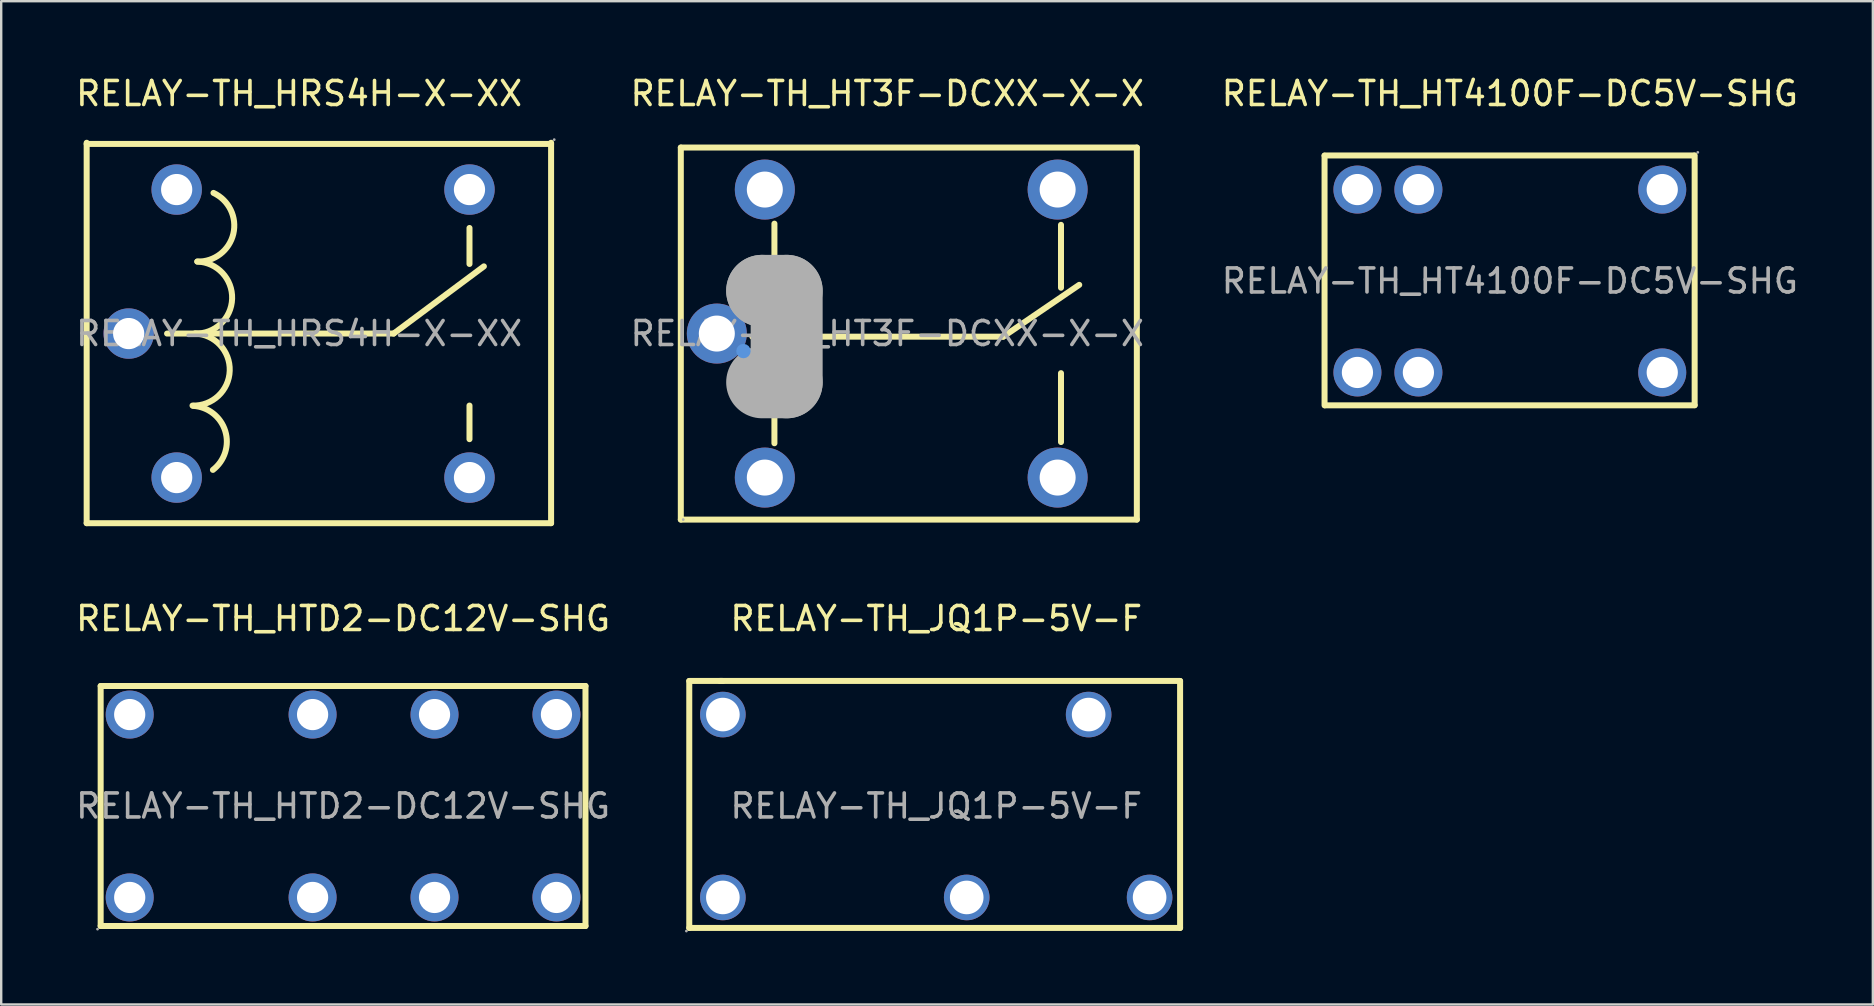
<source format=kicad_pcb>
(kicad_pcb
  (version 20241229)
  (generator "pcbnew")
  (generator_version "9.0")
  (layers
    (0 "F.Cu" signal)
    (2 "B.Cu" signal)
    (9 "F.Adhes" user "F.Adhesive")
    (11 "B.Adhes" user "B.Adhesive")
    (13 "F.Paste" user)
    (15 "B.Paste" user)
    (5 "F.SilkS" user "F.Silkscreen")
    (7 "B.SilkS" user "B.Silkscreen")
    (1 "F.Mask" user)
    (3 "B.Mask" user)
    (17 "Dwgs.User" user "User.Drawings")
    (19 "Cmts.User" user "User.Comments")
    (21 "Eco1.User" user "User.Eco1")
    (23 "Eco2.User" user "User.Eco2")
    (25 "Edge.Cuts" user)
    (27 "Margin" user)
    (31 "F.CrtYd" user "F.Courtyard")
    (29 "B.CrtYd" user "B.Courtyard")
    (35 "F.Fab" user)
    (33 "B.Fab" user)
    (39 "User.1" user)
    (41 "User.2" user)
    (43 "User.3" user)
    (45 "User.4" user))
  (footprint "RELAY-TH_HT3F-DCXX-X-X"
    (layer "F.Cu")
    (at 33.916 10.848)
    (property "Reference" "RELAY-TH_HT3F-DCXX-X-X" (at 0 -10 0) (layer "F.SilkS") (effects (font (size 1 1) (thickness 0.15))))
    (attr through_hole)
    (fp_line (start -8.6 -7.75) (end -8.6 7.75) (stroke (width 0.25) (type solid)) (layer "F.SilkS"))
    (fp_line (start -8.6 -7.75) (end 10.4 -7.75) (stroke (width 0.25) (type solid)) (layer "F.SilkS"))
    (fp_line (start -8.6 7.75) (end 10.4 7.75) (stroke (width 0.25) (type solid)) (layer "F.SilkS"))
    (fp_line (start -5.62 0.13) (end 4.83 0.13) (stroke (width 0.25) (type solid)) (layer "F.SilkS"))
    (fp_line (start -4.7 -1.78) (end -4.7 -4.58) (stroke (width 0.25) (type solid)) (layer "F.SilkS"))
    (fp_line (start -4.7 2.03) (end -4.7 4.57) (stroke (width 0.25) (type solid)) (layer "F.SilkS"))
    (fp_line (start 4.83 0.13) (end 8 -2.03) (stroke (width 0.25) (type solid)) (layer "F.SilkS"))
    (fp_line (start 7.24 -4.53) (end 7.24 -1.91) (stroke (width 0.25) (type solid)) (layer "F.SilkS"))
    (fp_line (start 7.24 4.52) (end 7.24 1.65) (stroke (width 0.25) (type solid)) (layer "F.SilkS"))
    (fp_line (start 10.4 -7.75) (end 10.4 7.75) (stroke (width 0.25) (type solid)) (layer "F.SilkS"))
    (fp_circle (center -5.99 0.73) (end -5.84 0.73) (stroke (width 0.3) (type solid)) (fill no) (layer "Cmts.User"))
    (fp_line (start -5.21 -1.78) (end -5.21 -1.78) (stroke (width 3) (type solid)) (layer "F.Fab"))
    (fp_line (start -5.21 -1.78) (end -4.19 -1.78) (stroke (width 3) (type solid)) (layer "F.Fab"))
    (fp_line (start -4.19 -1.78) (end -4.19 2.03) (stroke (width 3) (type solid)) (layer "F.Fab"))
    (fp_line (start -4.19 2.03) (end -5.21 2.03) (stroke (width 3) (type solid)) (layer "F.Fab"))
    (fp_circle (center -8.5 7.75) (end -8.47 7.75) (stroke (width 0.06) (type solid)) (fill no) (layer "F.Fab"))
    (fp_text user "${REFERENCE}" (at 0 0 0) (layer "F.Fab") (effects (font (size 1 1) (thickness 0.15))))
    (pad "1" thru_hole circle (at -7.1 0) (size 2.5 2.5) (drill 1.5) (layers "*.Cu" "*.Paste" "*.Mask"))
    (pad "2" thru_hole circle (at -5.1 6) (size 2.5 2.5) (drill 1.5) (layers "*.Cu" "*.Paste" "*.Mask"))
    (pad "3" thru_hole circle (at 7.1 6) (size 2.5 2.5) (drill 1.5) (layers "*.Cu" "*.Paste" "*.Mask"))
    (pad "4" thru_hole circle (at 7.1 -6) (size 2.5 2.5) (drill 1.5) (layers "*.Cu" "*.Paste" "*.Mask"))
    (pad "5" thru_hole circle (at -5.1 -6) (size 2.5 2.5) (drill 1.5) (layers "*.Cu" "*.Paste" "*.Mask")))
  (footprint "RELAY-TH_HTD2-DC12V-SHG"
    (layer "F.Cu")
    (at 11.244 30.532)
    (property "Reference" "RELAY-TH_HTD2-DC12V-SHG" (at 0 -7.81 0) (layer "F.SilkS") (effects (font (size 1 1) (thickness 0.15))))
    (attr through_hole)
    (fp_line (start -10.1 -5) (end -10.1 5) (stroke (width 0.25) (type solid)) (layer "F.SilkS"))
    (fp_line (start -10.1 -5) (end 10.1 -5) (stroke (width 0.25) (type solid)) (layer "F.SilkS"))
    (fp_line (start -10.1 5) (end 10.1 5) (stroke (width 0.25) (type solid)) (layer "F.SilkS"))
    (fp_line (start 10.1 -5) (end 10.1 5) (stroke (width 0.25) (type solid)) (layer "F.SilkS"))
    (fp_circle (center -10.23 5.13) (end -10.2 5.13) (stroke (width 0.06) (type solid)) (fill no) (layer "F.Fab"))
    (fp_circle (center -8.89 -3.81) (end -8.61 -3.81) (stroke (width 0.55) (type solid)) (fill no) (layer "F.Fab"))
    (fp_circle (center -8.89 3.81) (end -8.61 3.81) (stroke (width 0.55) (type solid)) (fill no) (layer "F.Fab"))
    (fp_circle (center -1.27 -3.81) (end -0.99 -3.81) (stroke (width 0.55) (type solid)) (fill no) (layer "F.Fab"))
    (fp_circle (center -1.27 3.81) (end -0.99 3.81) (stroke (width 0.55) (type solid)) (fill no) (layer "F.Fab"))
    (fp_circle (center 3.81 -3.81) (end 4.09 -3.81) (stroke (width 0.55) (type solid)) (fill no) (layer "F.Fab"))
    (fp_circle (center 3.81 3.81) (end 4.09 3.81) (stroke (width 0.55) (type solid)) (fill no) (layer "F.Fab"))
    (fp_circle (center 8.89 -3.81) (end 9.17 -3.81) (stroke (width 0.55) (type solid)) (fill no) (layer "F.Fab"))
    (fp_circle (center 8.89 3.81) (end 9.17 3.81) (stroke (width 0.55) (type solid)) (fill no) (layer "F.Fab"))
    (fp_text user "${REFERENCE}" (at 0 0 0) (layer "F.Fab") (effects (font (size 1 1) (thickness 0.15))))
    (pad "1" thru_hole circle (at -8.89 3.81) (size 2 2) (drill 1.3) (layers "*.Cu" "*.Paste" "*.Mask"))
    (pad "4" thru_hole circle (at -1.27 3.81) (size 2 2) (drill 1.3) (layers "*.Cu" "*.Paste" "*.Mask"))
    (pad "6" thru_hole circle (at 3.81 3.81) (size 2 2) (drill 1.3) (layers "*.Cu" "*.Paste" "*.Mask"))
    (pad "8" thru_hole circle (at 8.89 3.81) (size 2 2) (drill 1.3) (layers "*.Cu" "*.Paste" "*.Mask"))
    (pad "9" thru_hole circle (at 8.89 -3.81) (size 2 2) (drill 1.3) (layers "*.Cu" "*.Paste" "*.Mask"))
    (pad "11" thru_hole circle (at 3.81 -3.81) (size 2 2) (drill 1.3) (layers "*.Cu" "*.Paste" "*.Mask"))
    (pad "13" thru_hole circle (at -1.27 -3.81 90) (size 2 2) (drill 1.3) (layers "*.Cu" "*.Paste" "*.Mask"))
    (pad "16" thru_hole circle (at -8.89 -3.81 90) (size 2 2) (drill 1.3) (layers "*.Cu" "*.Paste" "*.Mask")))
  (footprint "RELAY-TH_HT4100F-DC5V-SHG"
    (layer "F.Cu")
    (at 59.857 8.658)
    (property "Reference" "RELAY-TH_HT4100F-DC5V-SHG" (at 0 -7.81 0) (layer "F.SilkS") (effects (font (size 1 1) (thickness 0.15))))
    (attr through_hole)
    (fp_line (start -7.72 5.18) (end -7.72 -5.22) (stroke (width 0.25) (type solid)) (layer "F.SilkS"))
    (fp_line (start 7.68 -5.23) (end -7.72 -5.23) (stroke (width 0.25) (type solid)) (layer "F.SilkS"))
    (fp_line (start 7.7 5.17) (end 7.7 -5.23) (stroke (width 0.25) (type solid)) (layer "F.SilkS"))
    (fp_line (start 7.7 5.18) (end -7.7 5.18) (stroke (width 0.25) (type solid)) (layer "F.SilkS"))
    (fp_circle (center -6.35 -3.81) (end -6.07 -3.81) (stroke (width 0.55) (type solid)) (fill no) (layer "F.Fab"))
    (fp_circle (center -6.35 3.81) (end -6.07 3.81) (stroke (width 0.55) (type solid)) (fill no) (layer "F.Fab"))
    (fp_circle (center -3.81 -3.81) (end -3.53 -3.81) (stroke (width 0.55) (type solid)) (fill no) (layer "F.Fab"))
    (fp_circle (center -3.81 3.81) (end -3.53 3.81) (stroke (width 0.55) (type solid)) (fill no) (layer "F.Fab"))
    (fp_circle (center 6.35 -3.81) (end 6.63 -3.81) (stroke (width 0.55) (type solid)) (fill no) (layer "F.Fab"))
    (fp_circle (center 6.35 3.81) (end 6.63 3.81) (stroke (width 0.55) (type solid)) (fill no) (layer "F.Fab"))
    (fp_circle (center 7.83 -5.36) (end 7.86 -5.36) (stroke (width 0.06) (type solid)) (fill no) (layer "F.Fab"))
    (fp_text user "${REFERENCE}" (at 0 0 0) (layer "F.Fab") (effects (font (size 1 1) (thickness 0.15))))
    (pad "1" thru_hole circle (at 6.35 -3.81 180) (size 2 2) (drill 1.3) (layers "*.Cu" "*.Paste" "*.Mask"))
    (pad "2" thru_hole circle (at -3.81 -3.81 180) (size 2 2) (drill 1.3) (layers "*.Cu" "*.Paste" "*.Mask"))
    (pad "3" thru_hole circle (at -6.35 -3.81 180) (size 2 2) (drill 1.3) (layers "*.Cu" "*.Paste" "*.Mask"))
    (pad "4" thru_hole circle (at -6.35 3.81 180) (size 2 2) (drill 1.3) (layers "*.Cu" "*.Paste" "*.Mask"))
    (pad "5" thru_hole circle (at -3.81 3.81 180) (size 2 2) (drill 1.3) (layers "*.Cu" "*.Paste" "*.Mask"))
    (pad "6" thru_hole circle (at 6.35 3.81 180) (size 2 2) (drill 1.3) (layers "*.Cu" "*.Paste" "*.Mask")))
  (footprint "RELAY-TH_JQ1P-5V-F"
    (layer "F.Cu")
    (at 35.958 30.532)
    (property "Reference" "RELAY-TH_JQ1P-5V-F" (at 0 -7.81 0) (layer "F.SilkS") (effects (font (size 1 1) (thickness 0.15))))
    (attr through_hole)
    (fp_line (start -10.29 -5.21) (end -10.29 5.08) (stroke (width 0.25) (type solid)) (layer "F.SilkS"))
    (fp_line (start -10.29 5.08) (end 10.16 5.08) (stroke (width 0.25) (type solid)) (layer "F.SilkS"))
    (fp_line (start -8.89 -5.21) (end -10.29 -5.21) (stroke (width 0.25) (type solid)) (layer "F.SilkS"))
    (fp_line (start 10.16 -5.21) (end -9.02 -5.21) (stroke (width 0.25) (type solid)) (layer "F.SilkS"))
    (fp_line (start 10.16 5.08) (end 10.16 -5.21) (stroke (width 0.25) (type solid)) (layer "F.SilkS"))
    (fp_circle (center -10.41 5.21) (end -10.38 5.21) (stroke (width 0.06) (type solid)) (fill no) (layer "F.Fab"))
    (fp_circle (center -8.89 -3.81) (end -8.59 -3.81) (stroke (width 0.6) (type solid)) (fill no) (layer "F.Fab"))
    (fp_circle (center -8.89 3.81) (end -8.59 3.81) (stroke (width 0.6) (type solid)) (fill no) (layer "F.Fab"))
    (fp_circle (center 1.27 3.81) (end 1.57 3.81) (stroke (width 0.6) (type solid)) (fill no) (layer "F.Fab"))
    (fp_circle (center 6.35 -3.81) (end 6.65 -3.81) (stroke (width 0.6) (type solid)) (fill no) (layer "F.Fab"))
    (fp_circle (center 8.89 3.81) (end 9.19 3.81) (stroke (width 0.6) (type solid)) (fill no) (layer "F.Fab"))
    (fp_text user "${REFERENCE}" (at 0 0 0) (layer "F.Fab") (effects (font (size 1 1) (thickness 0.15))))
    (pad "1" thru_hole circle (at -8.89 3.81) (size 1.9 1.9) (drill 1.4) (layers "*.Cu" "*.Paste" "*.Mask"))
    (pad "2" thru_hole circle (at -8.89 -3.81) (size 1.9 1.9) (drill 1.4) (layers "*.Cu" "*.Paste" "*.Mask"))
    (pad "3" thru_hole circle (at 6.35 -3.81) (size 1.9 1.9) (drill 1.4) (layers "*.Cu" "*.Paste" "*.Mask"))
    (pad "4" thru_hole circle (at 1.27 3.81) (size 1.9 1.9) (drill 1.4) (layers "*.Cu" "*.Paste" "*.Mask"))
    (pad "5" thru_hole circle (at 8.89 3.81) (size 1.9 1.9) (drill 1.4) (layers "*.Cu" "*.Paste" "*.Mask")))
  (footprint "RELAY-TH_HRS4H-X-XX"
    (layer "F.Cu")
    (at 9.411 10.848)
    (property "Reference" "RELAY-TH_HRS4H-X-XX" (at 0 -10 0) (layer "F.SilkS") (effects (font (size 1 1) (thickness 0.15))))
    (attr through_hole)
    (fp_line (start -8.85 -7.9) (end 10.5 -7.9) (stroke (width 0.25) (type solid)) (layer "F.SilkS"))
    (fp_line (start -8.85 7.9) (end -8.85 -7.95) (stroke (width 0.25) (type solid)) (layer "F.SilkS"))
    (fp_line (start -8.85 7.9) (end 10.5 7.9) (stroke (width 0.25) (type solid)) (layer "F.SilkS"))
    (fp_line (start -5.5 0) (end 3.94 0) (stroke (width 0.25) (type solid)) (layer "F.SilkS"))
    (fp_line (start 3.94 0) (end 7.7 -2.8) (stroke (width 0.25) (type solid)) (layer "F.SilkS"))
    (fp_line (start 7.1 -4.4) (end 7.1 -2.9) (stroke (width 0.25) (type solid)) (layer "F.SilkS"))
    (fp_line (start 7.1 4.4) (end 7.1 3) (stroke (width 0.25) (type solid)) (layer "F.SilkS"))
    (fp_line (start 10.5 7.9) (end 10.5 -7.95) (stroke (width 0.25) (type solid)) (layer "F.SilkS"))
    (fp_arc (start -4.409521 3.012615) (mid -3.075579 4.062364) (end -3.59 5.68) (stroke (width 0.25) (type solid)) (layer "F.SilkS"))
    (fp_arc (start -4.34 0) (mid -2.89 1.55) (end -4.44 3) (stroke (width 0.25) (type solid)) (layer "F.SilkS"))
    (fp_arc (start -4.24 -3) (mid -2.79 -1.45) (end -4.34 0) (stroke (width 0.25) (type solid)) (layer "F.SilkS"))
    (fp_arc (start -3.566618 -5.860304) (mid -2.739397 -4.15614) (end -4.24 -3) (stroke (width 0.25) (type solid)) (layer "F.SilkS"))
    (fp_circle (center -7.1 0) (end -6.82 0) (stroke (width 0.55) (type solid)) (fill no) (layer "F.Fab"))
    (fp_circle (center -5.1 -6) (end -4.82 -6) (stroke (width 0.55) (type solid)) (fill no) (layer "F.Fab"))
    (fp_circle (center -5.1 6) (end -4.82 6) (stroke (width 0.55) (type solid)) (fill no) (layer "F.Fab"))
    (fp_circle (center 7.1 -6) (end 7.38 -6) (stroke (width 0.55) (type solid)) (fill no) (layer "F.Fab"))
    (fp_circle (center 7.1 6) (end 7.38 6) (stroke (width 0.55) (type solid)) (fill no) (layer "F.Fab"))
    (fp_circle (center 10.63 -8.08) (end 10.66 -8.08) (stroke (width 0.06) (type solid)) (fill no) (layer "F.Fab"))
    (fp_text user "${REFERENCE}" (at 0 0 0) (layer "F.Fab") (effects (font (size 1 1) (thickness 0.15))))
    (pad "1" thru_hole circle (at 7.1 -6 90) (size 2.1 2.1) (drill 1.3) (layers "*.Cu" "*.Paste" "*.Mask"))
    (pad "2" thru_hole circle (at 7.1 6 90) (size 2.1 2.1) (drill 1.3) (layers "*.Cu" "*.Paste" "*.Mask"))
    (pad "3" thru_hole circle (at -5.1 -6 90) (size 2.1 2.1) (drill 1.3) (layers "*.Cu" "*.Paste" "*.Mask"))
    (pad "4" thru_hole circle (at -5.1 6 90) (size 2.1 2.1) (drill 1.3) (layers "*.Cu" "*.Paste" "*.Mask"))
    (pad "5" thru_hole circle (at -7.1 0 90) (size 2.1 2.1) (drill 1.3) (layers "*.Cu" "*.Paste" "*.Mask")))
  (gr_rect
    (start -3 -3)
    (end 74.982 38.801)
    (stroke (width 0.1) (type default))
    (fill no)
    (layer "Edge.Cuts")))
</source>
